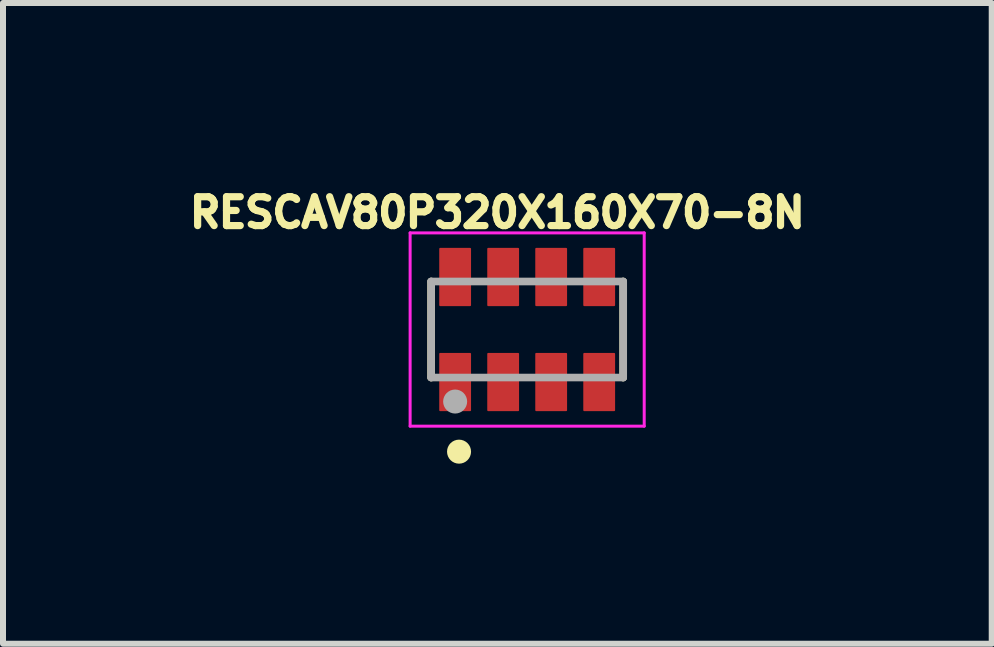
<source format=kicad_pcb>
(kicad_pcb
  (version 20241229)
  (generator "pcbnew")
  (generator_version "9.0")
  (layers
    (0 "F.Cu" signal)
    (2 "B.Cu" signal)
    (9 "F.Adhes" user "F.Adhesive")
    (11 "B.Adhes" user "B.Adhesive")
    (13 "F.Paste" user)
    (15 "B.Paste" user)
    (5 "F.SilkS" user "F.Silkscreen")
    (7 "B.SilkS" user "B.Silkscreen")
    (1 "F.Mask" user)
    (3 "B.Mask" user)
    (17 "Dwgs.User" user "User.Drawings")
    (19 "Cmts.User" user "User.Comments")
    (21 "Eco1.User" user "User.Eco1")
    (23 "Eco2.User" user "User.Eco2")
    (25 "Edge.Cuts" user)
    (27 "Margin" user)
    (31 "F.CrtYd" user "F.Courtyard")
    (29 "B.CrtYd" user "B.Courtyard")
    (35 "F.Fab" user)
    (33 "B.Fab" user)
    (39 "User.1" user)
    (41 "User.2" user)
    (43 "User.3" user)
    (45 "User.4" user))
  (footprint "RESCAV80P320X160X70-8N"
    (layer "F.Cu")
    (at 5.733 2.44)
    (property "Reference" "RESCAV80P320X160X70-8N" (at -0.497 -1.948 0) (layer "F.SilkS") (effects (font (size 0.481 0.481) (thickness 0.15))))
    (attr smd)
    (fp_line (start -1.6 0.8) (end -1.6 -0.8) (stroke (width 0.127) (type solid)) (layer "F.SilkS"))
    (fp_line (start 1.6 -0.8) (end 1.6 0.8) (stroke (width 0.127) (type solid)) (layer "F.SilkS"))
    (fp_circle (center -1.135 2.035) (end -1.035 2.035) (stroke (width 0.2) (type solid)) (fill no) (layer "F.SilkS"))
    (fp_line (start -1.95 -1.61) (end 1.95 -1.61) (stroke (width 0.05) (type solid)) (layer "F.CrtYd"))
    (fp_line (start -1.95 1.61) (end -1.95 -1.61) (stroke (width 0.05) (type solid)) (layer "F.CrtYd"))
    (fp_line (start 1.95 -1.61) (end 1.95 1.61) (stroke (width 0.05) (type solid)) (layer "F.CrtYd"))
    (fp_line (start 1.95 1.61) (end -1.95 1.61) (stroke (width 0.05) (type solid)) (layer "F.CrtYd"))
    (fp_line (start -1.6 -0.8) (end 1.6 -0.8) (stroke (width 0.127) (type solid)) (layer "F.Fab"))
    (fp_line (start -1.6 0.8) (end -1.6 -0.8) (stroke (width 0.127) (type solid)) (layer "F.Fab"))
    (fp_line (start 1.6 -0.8) (end 1.6 0.8) (stroke (width 0.127) (type solid)) (layer "F.Fab"))
    (fp_line (start 1.6 0.8) (end -1.6 0.8) (stroke (width 0.127) (type solid)) (layer "F.Fab"))
    (fp_circle (center -1.2 1.2) (end -1.1 1.2) (stroke (width 0.2) (type solid)) (fill no) (layer "F.Fab"))
    (pad "1" smd roundrect (at -1.2 0.875 90) (size 0.97 0.53) (layers "F.Cu" "F.Mask" "F.Paste") (roundrect_rratio 0.03))
    (pad "2" smd roundrect (at -0.4 0.875 90) (size 0.97 0.53) (layers "F.Cu" "F.Mask" "F.Paste") (roundrect_rratio 0.03))
    (pad "3" smd roundrect (at 0.4 0.875 90) (size 0.97 0.53) (layers "F.Cu" "F.Mask" "F.Paste") (roundrect_rratio 0.03))
    (pad "4" smd roundrect (at 1.2 0.875 90) (size 0.97 0.53) (layers "F.Cu" "F.Mask" "F.Paste") (roundrect_rratio 0.03))
    (pad "5" smd roundrect (at 1.2 -0.875 90) (size 0.97 0.53) (layers "F.Cu" "F.Mask" "F.Paste") (roundrect_rratio 0.03))
    (pad "6" smd roundrect (at 0.4 -0.875 90) (size 0.97 0.53) (layers "F.Cu" "F.Mask" "F.Paste") (roundrect_rratio 0.03))
    (pad "7" smd roundrect (at -0.4 -0.875 90) (size 0.97 0.53) (layers "F.Cu" "F.Mask" "F.Paste") (roundrect_rratio 0.03))
    (pad "8" smd roundrect (at -1.2 -0.875 90) (size 0.97 0.53) (layers "F.Cu" "F.Mask" "F.Paste") (roundrect_rratio 0.03)))
  (gr_rect
    (start -3 -3)
    (end 13.473 7.675)
    (stroke (width 0.1) (type default))
    (fill no)
    (layer "Edge.Cuts")))
</source>
